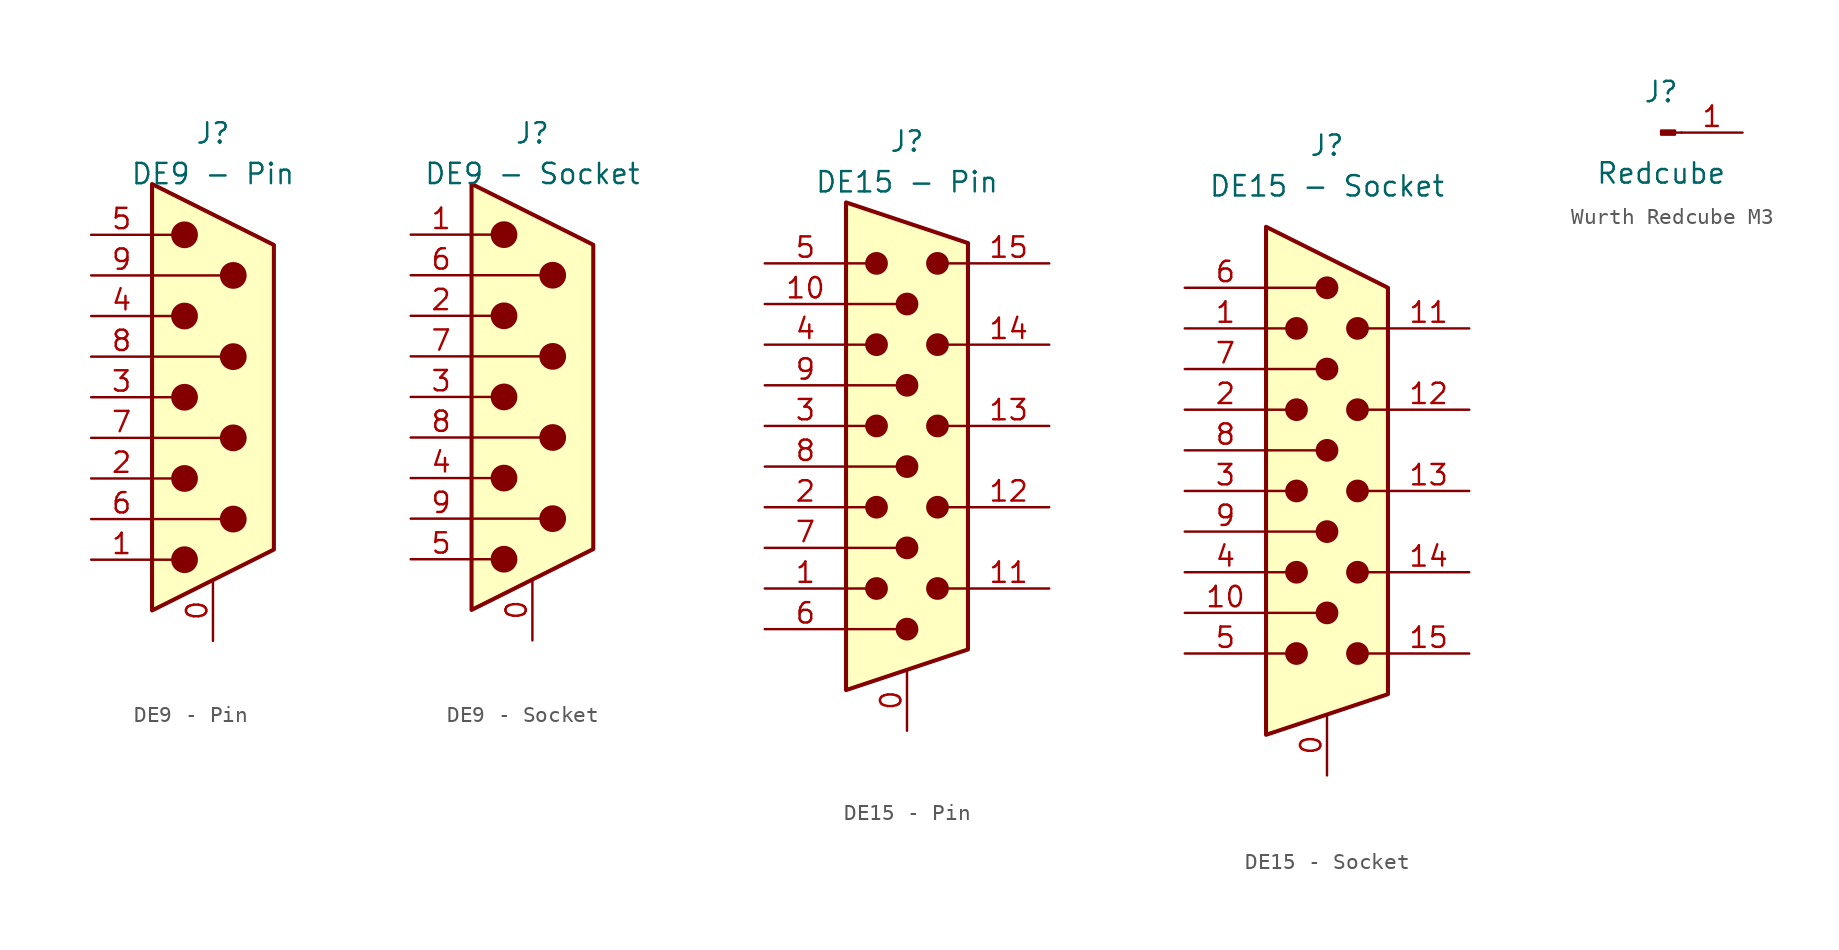
<source format=kicad_sym>
(kicad_symbol_lib
  (version 20220914)
  (generator kicad_symbol_editor)
  (symbol "DE9 - Pin"
    (pin_names
      (offset 1.016) hide)
    (property "Reference" "J"
      (at 0 16.51 0)
      (effects (font (size 1.27 1.27))))
    (property "Value" "DE9 - Pin"
      (at 0 13.97 0)
      (effects (font (size 1.27 1.27))))
    (symbol "DE9 - Pin_0_1"
      (circle (center -1.778 -10.16) (radius 0.762) (stroke (width 0) (type default)) (fill (type outline)))
      (circle (center -1.778 -5.08) (radius 0.762) (stroke (width 0) (type default)) (fill (type outline)))
      (circle (center -1.778 0) (radius 0.762) (stroke (width 0) (type default)) (fill (type outline)))
      (circle (center -1.778 5.08) (radius 0.762) (stroke (width 0) (type default)) (fill (type outline)))
      (circle (center -1.778 10.16) (radius 0.762) (stroke (width 0) (type default)) (fill (type outline)))
      (polyline (pts (xy -3.81 -10.16) (xy -1.27 -10.16)) (stroke (width 0) (type default)) (fill (type none)))
      (polyline (pts (xy -3.81 -7.62) (xy 1.27 -7.62)) (stroke (width 0) (type default)) (fill (type none)))
      (polyline (pts (xy -3.81 -5.08) (xy -1.27 -5.08)) (stroke (width 0) (type default)) (fill (type none)))
      (polyline (pts (xy -3.81 -2.54) (xy 1.27 -2.54)) (stroke (width 0) (type default)) (fill (type none)))
      (polyline (pts (xy -3.81 0) (xy -1.27 0)) (stroke (width 0) (type default)) (fill (type none)))
      (polyline (pts (xy -3.81 2.54) (xy 1.27 2.54)) (stroke (width 0) (type default)) (fill (type none)))
      (polyline (pts (xy -3.81 5.08) (xy -1.27 5.08)) (stroke (width 0) (type default)) (fill (type none)))
      (polyline (pts (xy -3.81 7.62) (xy 1.27 7.62)) (stroke (width 0) (type default)) (fill (type none)))
      (polyline (pts (xy -3.81 10.16) (xy -1.27 10.16)) (stroke (width 0) (type default)) (fill (type none)))
      (polyline (pts (xy -3.81 13.335) (xy -3.81 -13.335) (xy 3.81 -9.525) (xy 3.81 9.525) (xy -3.81 13.335)) (stroke (width 0.254) (type default)) (fill (type background)))
      (circle (center 1.27 -7.62) (radius 0.762) (stroke (width 0) (type default)) (fill (type outline)))
      (circle (center 1.27 -2.54) (radius 0.762) (stroke (width 0) (type default)) (fill (type outline)))
      (circle (center 1.27 2.54) (radius 0.762) (stroke (width 0) (type default)) (fill (type outline)))
      (circle (center 1.27 7.62) (radius 0.762) (stroke (width 0) (type default)) (fill (type outline))))
    (symbol "DE9 - Pin_1_1"
      (pin passive line (at 0 -15.24 90) (length 3.81) (name "0" (effects (font (size 1.27 1.27)))) (number "0" (effects (font (size 1.27 1.27)))))
      (pin passive line (at -7.62 -10.16 0) (length 3.81) (name "1" (effects (font (size 1.27 1.27)))) (number "1" (effects (font (size 1.27 1.27)))))
      (pin passive line (at -7.62 -5.08 0) (length 3.81) (name "2" (effects (font (size 1.27 1.27)))) (number "2" (effects (font (size 1.27 1.27)))))
      (pin passive line (at -7.62 0 0) (length 3.81) (name "3" (effects (font (size 1.27 1.27)))) (number "3" (effects (font (size 1.27 1.27)))))
      (pin passive line (at -7.62 5.08 0) (length 3.81) (name "4" (effects (font (size 1.27 1.27)))) (number "4" (effects (font (size 1.27 1.27)))))
      (pin passive line (at -7.62 10.16 0) (length 3.81) (name "5" (effects (font (size 1.27 1.27)))) (number "5" (effects (font (size 1.27 1.27)))))
      (pin passive line (at -7.62 -7.62 0) (length 3.81) (name "6" (effects (font (size 1.27 1.27)))) (number "6" (effects (font (size 1.27 1.27)))))
      (pin passive line (at -7.62 -2.54 0) (length 3.81) (name "7" (effects (font (size 1.27 1.27)))) (number "7" (effects (font (size 1.27 1.27)))))
      (pin passive line (at -7.62 2.54 0) (length 3.81) (name "8" (effects (font (size 1.27 1.27)))) (number "8" (effects (font (size 1.27 1.27)))))
      (pin passive line (at -7.62 7.62 0) (length 3.81) (name "9" (effects (font (size 1.27 1.27)))) (number "9" (effects (font (size 1.27 1.27)))))))
  (symbol "DE9 - Socket"
    (pin_names
      (offset 1.016) hide)
    (property "Reference" "J"
      (at 0 16.51 0)
      (effects (font (size 1.27 1.27))))
    (property "Value" "DE9 - Socket"
      (at 0 13.97 0)
      (effects (font (size 1.27 1.27))))
    (symbol "DE9 - Socket_0_1"
      (circle (center -1.778 -10.16) (radius 0.762) (stroke (width 0) (type default)) (fill (type outline)))
      (circle (center -1.778 -5.08) (radius 0.762) (stroke (width 0) (type default)) (fill (type outline)))
      (circle (center -1.778 0) (radius 0.762) (stroke (width 0) (type default)) (fill (type outline)))
      (circle (center -1.778 5.08) (radius 0.762) (stroke (width 0) (type default)) (fill (type outline)))
      (circle (center -1.778 10.16) (radius 0.762) (stroke (width 0) (type default)) (fill (type outline)))
      (polyline (pts (xy -3.81 -10.16) (xy -1.27 -10.16)) (stroke (width 0) (type default)) (fill (type none)))
      (polyline (pts (xy -3.81 -7.62) (xy 1.27 -7.62)) (stroke (width 0) (type default)) (fill (type none)))
      (polyline (pts (xy -3.81 -5.08) (xy -1.27 -5.08)) (stroke (width 0) (type default)) (fill (type none)))
      (polyline (pts (xy -3.81 -2.54) (xy 1.27 -2.54)) (stroke (width 0) (type default)) (fill (type none)))
      (polyline (pts (xy -3.81 0) (xy -1.27 0)) (stroke (width 0) (type default)) (fill (type none)))
      (polyline (pts (xy -3.81 2.54) (xy 1.27 2.54)) (stroke (width 0) (type default)) (fill (type none)))
      (polyline (pts (xy -3.81 5.08) (xy -1.27 5.08)) (stroke (width 0) (type default)) (fill (type none)))
      (polyline (pts (xy -3.81 7.62) (xy 1.27 7.62)) (stroke (width 0) (type default)) (fill (type none)))
      (polyline (pts (xy -3.81 10.16) (xy -1.27 10.16)) (stroke (width 0) (type default)) (fill (type none)))
      (polyline (pts (xy -3.81 13.335) (xy -3.81 -13.335) (xy 3.81 -9.525) (xy 3.81 9.525) (xy -3.81 13.335)) (stroke (width 0.254) (type default)) (fill (type background)))
      (circle (center 1.27 -7.62) (radius 0.762) (stroke (width 0) (type default)) (fill (type outline)))
      (circle (center 1.27 -2.54) (radius 0.762) (stroke (width 0) (type default)) (fill (type outline)))
      (circle (center 1.27 2.54) (radius 0.762) (stroke (width 0) (type default)) (fill (type outline)))
      (circle (center 1.27 7.62) (radius 0.762) (stroke (width 0) (type default)) (fill (type outline))))
    (symbol "DE9 - Socket_1_1"
      (pin passive line (at 0 -15.24 90) (length 3.81) (name "0" (effects (font (size 1.27 1.27)))) (number "0" (effects (font (size 1.27 1.27)))))
      (pin passive line (at -7.62 10.16 0) (length 3.81) (name "1" (effects (font (size 1.27 1.27)))) (number "1" (effects (font (size 1.27 1.27)))))
      (pin passive line (at -7.62 5.08 0) (length 3.81) (name "2" (effects (font (size 1.27 1.27)))) (number "2" (effects (font (size 1.27 1.27)))))
      (pin passive line (at -7.62 0 0) (length 3.81) (name "3" (effects (font (size 1.27 1.27)))) (number "3" (effects (font (size 1.27 1.27)))))
      (pin passive line (at -7.62 -5.08 0) (length 3.81) (name "4" (effects (font (size 1.27 1.27)))) (number "4" (effects (font (size 1.27 1.27)))))
      (pin passive line (at -7.62 -10.16 0) (length 3.81) (name "5" (effects (font (size 1.27 1.27)))) (number "5" (effects (font (size 1.27 1.27)))))
      (pin passive line (at -7.62 7.62 0) (length 3.81) (name "6" (effects (font (size 1.27 1.27)))) (number "6" (effects (font (size 1.27 1.27)))))
      (pin passive line (at -7.62 2.54 0) (length 3.81) (name "7" (effects (font (size 1.27 1.27)))) (number "7" (effects (font (size 1.27 1.27)))))
      (pin passive line (at -7.62 -2.54 0) (length 3.81) (name "8" (effects (font (size 1.27 1.27)))) (number "8" (effects (font (size 1.27 1.27)))))
      (pin passive line (at -7.62 -7.62 0) (length 3.81) (name "9" (effects (font (size 1.27 1.27)))) (number "9" (effects (font (size 1.27 1.27)))))))
  (symbol "DE15 - Pin"
    (pin_names
      (offset 1.016) hide)
    (property "Reference" "J"
      (at 0 21.59 0)
      (effects (font (size 1.27 1.27))))
    (property "Value" "DE15 - Pin"
      (at 0 19.05 0)
      (effects (font (size 1.27 1.27))))
    (symbol "DE15 - Pin_0_1"
      (circle (center -1.905 -6.35) (radius 0.635) (stroke (width 0) (type default)) (fill (type outline)))
      (circle (center -1.905 -1.27) (radius 0.635) (stroke (width 0) (type default)) (fill (type outline)))
      (circle (center -1.905 3.81) (radius 0.635) (stroke (width 0) (type default)) (fill (type outline)))
      (circle (center -1.905 8.89) (radius 0.635) (stroke (width 0) (type default)) (fill (type outline)))
      (circle (center -1.905 13.97) (radius 0.635) (stroke (width 0) (type default)) (fill (type outline)))
      (circle (center 0 -8.89) (radius 0.635) (stroke (width 0) (type default)) (fill (type outline)))
      (circle (center 0 -3.81) (radius 0.635) (stroke (width 0) (type default)) (fill (type outline)))
      (polyline (pts (xy -2.54 -6.35) (xy -3.81 -6.35)) (stroke (width 0) (type default)) (fill (type none)))
      (polyline (pts (xy -2.54 -1.27) (xy -3.81 -1.27)) (stroke (width 0) (type default)) (fill (type none)))
      (polyline (pts (xy -2.54 3.81) (xy -3.81 3.81)) (stroke (width 0) (type default)) (fill (type none)))
      (polyline (pts (xy -2.54 8.89) (xy -3.81 8.89)) (stroke (width 0) (type default)) (fill (type none)))
      (polyline (pts (xy -2.54 13.97) (xy -3.81 13.97)) (stroke (width 0) (type default)) (fill (type none)))
      (polyline (pts (xy 0 -8.89) (xy -3.81 -8.89)) (stroke (width 0) (type default)) (fill (type none)))
      (polyline (pts (xy 0 -3.81) (xy -3.81 -3.81)) (stroke (width 0) (type default)) (fill (type none)))
      (polyline (pts (xy 0 1.27) (xy -3.81 1.27)) (stroke (width 0) (type default)) (fill (type none)))
      (polyline (pts (xy 0 6.35) (xy -3.81 6.35)) (stroke (width 0) (type default)) (fill (type none)))
      (polyline (pts (xy 0 11.43) (xy -3.81 11.43)) (stroke (width 0) (type default)) (fill (type none)))
      (polyline (pts (xy 3.81 -6.35) (xy 2.54 -6.35)) (stroke (width 0) (type default)) (fill (type none)))
      (polyline (pts (xy 3.81 -1.27) (xy 2.54 -1.27)) (stroke (width 0) (type default)) (fill (type none)))
      (polyline (pts (xy 3.81 3.81) (xy 2.54 3.81)) (stroke (width 0) (type default)) (fill (type none)))
      (polyline (pts (xy 3.81 8.89) (xy 2.54 8.89)) (stroke (width 0) (type default)) (fill (type none)))
      (polyline (pts (xy 3.81 13.97) (xy 2.54 13.97)) (stroke (width 0) (type default)) (fill (type none)))
      (polyline (pts (xy -3.81 17.78) (xy -3.81 -12.7) (xy 3.81 -10.16) (xy 3.81 15.24) (xy -3.81 17.78)) (stroke (width 0.254) (type default)) (fill (type background)))
      (circle (center 0 1.27) (radius 0.635) (stroke (width 0) (type default)) (fill (type outline)))
      (circle (center 0 6.35) (radius 0.635) (stroke (width 0) (type default)) (fill (type outline)))
      (circle (center 0 11.43) (radius 0.635) (stroke (width 0) (type default)) (fill (type outline)))
      (circle (center 1.905 -6.35) (radius 0.635) (stroke (width 0) (type default)) (fill (type outline)))
      (circle (center 1.905 -1.27) (radius 0.635) (stroke (width 0) (type default)) (fill (type outline)))
      (circle (center 1.905 3.81) (radius 0.635) (stroke (width 0) (type default)) (fill (type outline)))
      (circle (center 1.905 8.89) (radius 0.635) (stroke (width 0) (type default)) (fill (type outline)))
      (circle (center 1.905 13.97) (radius 0.635) (stroke (width 0) (type default)) (fill (type outline))))
    (symbol "DE15 - Pin_1_1"
      (pin passive line (at 0 -15.24 90) (length 3.81) (name "0" (effects (font (size 1.27 1.27)))) (number "0" (effects (font (size 1.27 1.27)))))
      (pin passive line (at -8.89 -6.35 0) (length 5.08) (name "1" (effects (font (size 1.27 1.27)))) (number "1" (effects (font (size 1.27 1.27)))))
      (pin passive line (at -8.89 11.43 0) (length 5.08) (name "10" (effects (font (size 1.27 1.27)))) (number "10" (effects (font (size 1.27 1.27)))))
      (pin passive line (at 8.89 -6.35 180) (length 5.08) (name "11" (effects (font (size 1.27 1.27)))) (number "11" (effects (font (size 1.27 1.27)))))
      (pin passive line (at 8.89 -1.27 180) (length 5.08) (name "12" (effects (font (size 1.27 1.27)))) (number "12" (effects (font (size 1.27 1.27)))))
      (pin passive line (at 8.89 3.81 180) (length 5.08) (name "13" (effects (font (size 1.27 1.27)))) (number "13" (effects (font (size 1.27 1.27)))))
      (pin passive line (at 8.89 8.89 180) (length 5.08) (name "14" (effects (font (size 1.27 1.27)))) (number "14" (effects (font (size 1.27 1.27)))))
      (pin passive line (at 8.89 13.97 180) (length 5.08) (name "15" (effects (font (size 1.27 1.27)))) (number "15" (effects (font (size 1.27 1.27)))))
      (pin passive line (at -8.89 -1.27 0) (length 5.08) (name "2" (effects (font (size 1.27 1.27)))) (number "2" (effects (font (size 1.27 1.27)))))
      (pin passive line (at -8.89 3.81 0) (length 5.08) (name "3" (effects (font (size 1.27 1.27)))) (number "3" (effects (font (size 1.27 1.27)))))
      (pin passive line (at -8.89 8.89 0) (length 5.08) (name "4" (effects (font (size 1.27 1.27)))) (number "4" (effects (font (size 1.27 1.27)))))
      (pin passive line (at -8.89 13.97 0) (length 5.08) (name "5" (effects (font (size 1.27 1.27)))) (number "5" (effects (font (size 1.27 1.27)))))
      (pin passive line (at -8.89 -8.89 0) (length 5.08) (name "6" (effects (font (size 1.27 1.27)))) (number "6" (effects (font (size 1.27 1.27)))))
      (pin passive line (at -8.89 -3.81 0) (length 5.08) (name "7" (effects (font (size 1.27 1.27)))) (number "7" (effects (font (size 1.27 1.27)))))
      (pin passive line (at -8.89 1.27 0) (length 5.08) (name "8" (effects (font (size 1.27 1.27)))) (number "8" (effects (font (size 1.27 1.27)))))
      (pin passive line (at -8.89 6.35 0) (length 5.08) (name "9" (effects (font (size 1.27 1.27)))) (number "9" (effects (font (size 1.27 1.27)))))))
  (symbol "DE15 - Socket"
    (pin_names
      (offset 1.016) hide)
    (property "Reference" "J"
      (at 0 21.59 0)
      (effects (font (size 1.27 1.27))))
    (property "Value" "DE15 - Socket"
      (at 0 19.05 0)
      (effects (font (size 1.27 1.27))))
    (symbol "DE15 - Socket_0_1"
      (circle (center -1.905 -10.16) (radius 0.635) (stroke (width 0) (type default)) (fill (type outline)))
      (circle (center -1.905 -5.08) (radius 0.635) (stroke (width 0) (type default)) (fill (type outline)))
      (circle (center -1.905 0) (radius 0.635) (stroke (width 0) (type default)) (fill (type outline)))
      (circle (center -1.905 5.08) (radius 0.635) (stroke (width 0) (type default)) (fill (type outline)))
      (circle (center -1.905 10.16) (radius 0.635) (stroke (width 0) (type default)) (fill (type outline)))
      (circle (center 0 -7.62) (radius 0.635) (stroke (width 0) (type default)) (fill (type outline)))
      (circle (center 0 -2.54) (radius 0.635) (stroke (width 0) (type default)) (fill (type outline)))
      (polyline (pts (xy -2.54 -10.16) (xy -3.81 -10.16)) (stroke (width 0) (type default)) (fill (type none)))
      (polyline (pts (xy -2.54 -5.08) (xy -3.81 -5.08)) (stroke (width 0) (type default)) (fill (type none)))
      (polyline (pts (xy -2.54 0) (xy -3.81 0)) (stroke (width 0) (type default)) (fill (type none)))
      (polyline (pts (xy -2.54 5.08) (xy -3.81 5.08)) (stroke (width 0) (type default)) (fill (type none)))
      (polyline (pts (xy -2.54 10.16) (xy -3.81 10.16)) (stroke (width 0) (type default)) (fill (type none)))
      (polyline (pts (xy 0 -7.62) (xy -3.81 -7.62)) (stroke (width 0) (type default)) (fill (type none)))
      (polyline (pts (xy 0 -2.54) (xy -3.81 -2.54)) (stroke (width 0) (type default)) (fill (type none)))
      (polyline (pts (xy 0 2.54) (xy -3.81 2.54)) (stroke (width 0) (type default)) (fill (type none)))
      (polyline (pts (xy 0 7.62) (xy -3.81 7.62)) (stroke (width 0) (type default)) (fill (type none)))
      (polyline (pts (xy 0 12.7) (xy -3.81 12.7)) (stroke (width 0) (type default)) (fill (type none)))
      (polyline (pts (xy 3.81 -10.16) (xy 2.54 -10.16)) (stroke (width 0) (type default)) (fill (type none)))
      (polyline (pts (xy 3.81 -5.08) (xy 2.54 -5.08)) (stroke (width 0) (type default)) (fill (type none)))
      (polyline (pts (xy 3.81 0) (xy 2.54 0)) (stroke (width 0) (type default)) (fill (type none)))
      (polyline (pts (xy 3.81 5.08) (xy 2.54 5.08)) (stroke (width 0) (type default)) (fill (type none)))
      (polyline (pts (xy 3.81 10.16) (xy 2.54 10.16)) (stroke (width 0) (type default)) (fill (type none)))
      (polyline (pts (xy -3.81 16.51) (xy -3.81 -15.24) (xy 3.81 -12.7) (xy 3.81 12.7) (xy -3.81 16.51)) (stroke (width 0.254) (type default)) (fill (type background)))
      (circle (center 0 2.54) (radius 0.635) (stroke (width 0) (type default)) (fill (type outline)))
      (circle (center 0 7.62) (radius 0.635) (stroke (width 0) (type default)) (fill (type outline)))
      (circle (center 0 12.7) (radius 0.635) (stroke (width 0) (type default)) (fill (type outline)))
      (circle (center 1.905 -10.16) (radius 0.635) (stroke (width 0) (type default)) (fill (type outline)))
      (circle (center 1.905 -5.08) (radius 0.635) (stroke (width 0) (type default)) (fill (type outline)))
      (circle (center 1.905 0) (radius 0.635) (stroke (width 0) (type default)) (fill (type outline)))
      (circle (center 1.905 5.08) (radius 0.635) (stroke (width 0) (type default)) (fill (type outline)))
      (circle (center 1.905 10.16) (radius 0.635) (stroke (width 0) (type default)) (fill (type outline))))
    (symbol "DE15 - Socket_1_1"
      (pin passive line (at 0 -17.78 90) (length 3.81) (name "0" (effects (font (size 1.27 1.27)))) (number "0" (effects (font (size 1.27 1.27)))))
      (pin passive line (at -8.89 10.16 0) (length 5.08) (name "1" (effects (font (size 1.27 1.27)))) (number "1" (effects (font (size 1.27 1.27)))))
      (pin passive line (at -8.89 -7.62 0) (length 5.08) (name "10" (effects (font (size 1.27 1.27)))) (number "10" (effects (font (size 1.27 1.27)))))
      (pin passive line (at 8.89 10.16 180) (length 5.08) (name "11" (effects (font (size 1.27 1.27)))) (number "11" (effects (font (size 1.27 1.27)))))
      (pin passive line (at 8.89 5.08 180) (length 5.08) (name "12" (effects (font (size 1.27 1.27)))) (number "12" (effects (font (size 1.27 1.27)))))
      (pin passive line (at 8.89 0 180) (length 5.08) (name "13" (effects (font (size 1.27 1.27)))) (number "13" (effects (font (size 1.27 1.27)))))
      (pin passive line (at 8.89 -5.08 180) (length 5.08) (name "14" (effects (font (size 1.27 1.27)))) (number "14" (effects (font (size 1.27 1.27)))))
      (pin passive line (at 8.89 -10.16 180) (length 5.08) (name "15" (effects (font (size 1.27 1.27)))) (number "15" (effects (font (size 1.27 1.27)))))
      (pin passive line (at -8.89 5.08 0) (length 5.08) (name "2" (effects (font (size 1.27 1.27)))) (number "2" (effects (font (size 1.27 1.27)))))
      (pin passive line (at -8.89 0 0) (length 5.08) (name "3" (effects (font (size 1.27 1.27)))) (number "3" (effects (font (size 1.27 1.27)))))
      (pin passive line (at -8.89 -5.08 0) (length 5.08) (name "4" (effects (font (size 1.27 1.27)))) (number "4" (effects (font (size 1.27 1.27)))))
      (pin passive line (at -8.89 -10.16 0) (length 5.08) (name "5" (effects (font (size 1.27 1.27)))) (number "5" (effects (font (size 1.27 1.27)))))
      (pin passive line (at -8.89 12.7 0) (length 5.08) (name "6" (effects (font (size 1.27 1.27)))) (number "6" (effects (font (size 1.27 1.27)))))
      (pin passive line (at -8.89 7.62 0) (length 5.08) (name "7" (effects (font (size 1.27 1.27)))) (number "7" (effects (font (size 1.27 1.27)))))
      (pin passive line (at -8.89 2.54 0) (length 5.08) (name "8" (effects (font (size 1.27 1.27)))) (number "8" (effects (font (size 1.27 1.27)))))
      (pin passive line (at -8.89 -2.54 0) (length 5.08) (name "9" (effects (font (size 1.27 1.27)))) (number "9" (effects (font (size 1.27 1.27)))))))
  (symbol "Wurth Redcube M3"
    (pin_names
      (offset 1.016) hide)
    (property "Reference" "J"
      (at 0 2.54 0)
      (effects (font (size 1.27 1.27))))
    (property "Value" "Redcube"
      (at 0 -2.54 0)
      (effects (font (size 1.27 1.27))))
    (symbol "Wurth Redcube M3_1_1"
      (polyline (pts (xy 1.27 0) (xy 0.864 0)) (stroke (width 0.152) (type default)) (fill (type none)))
      (rectangle (start 0.864 0.127) (end 0 -0.127) (stroke (width 0.152) (type default)) (fill (type outline)))
      (pin passive line (at 5.08 0 180) (length 3.81) (name "Pin_1" (effects (font (size 1.27 1.27)))) (number "1" (effects (font (size 1.27 1.27))))))))
</source>
